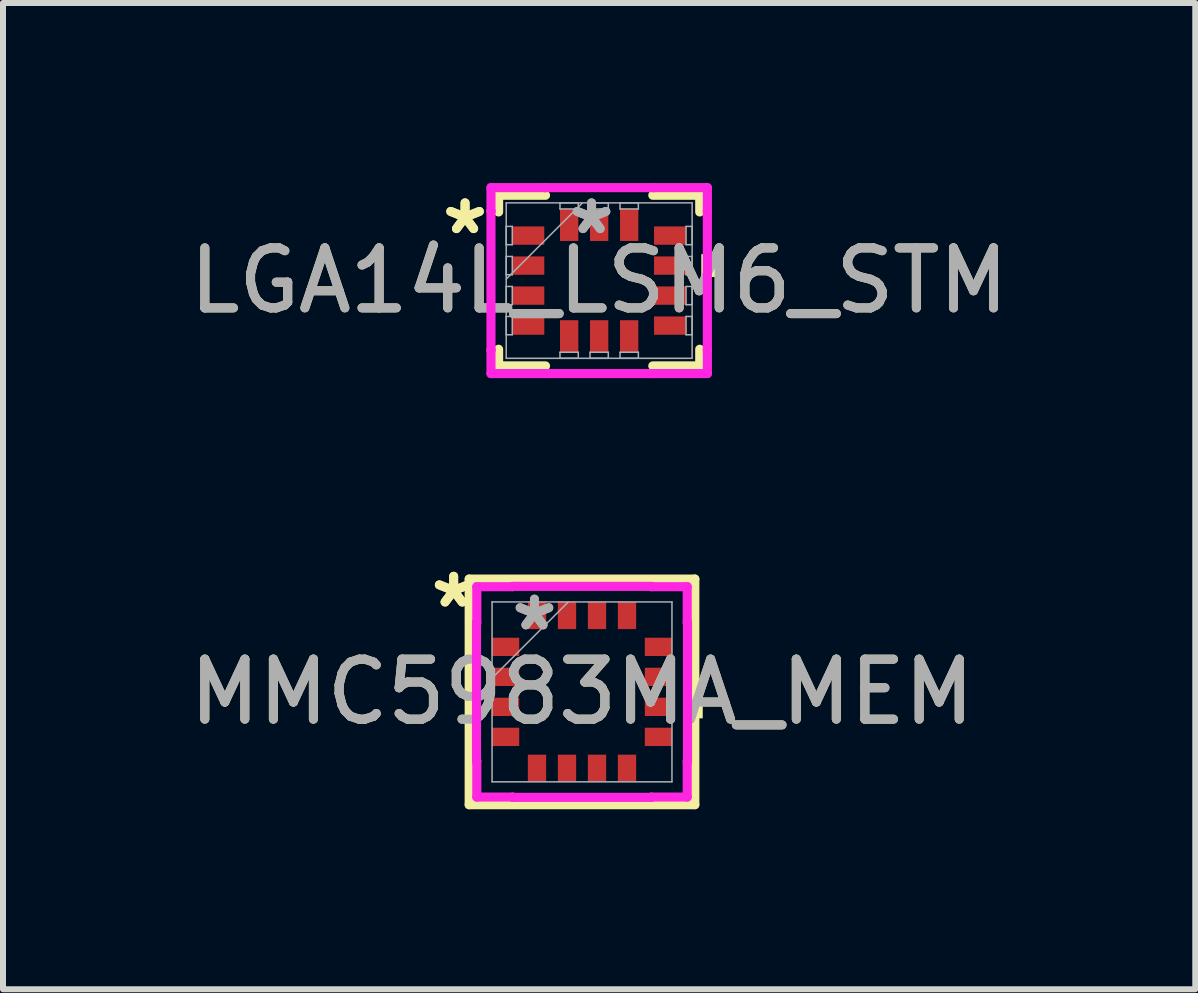
<source format=kicad_pcb>
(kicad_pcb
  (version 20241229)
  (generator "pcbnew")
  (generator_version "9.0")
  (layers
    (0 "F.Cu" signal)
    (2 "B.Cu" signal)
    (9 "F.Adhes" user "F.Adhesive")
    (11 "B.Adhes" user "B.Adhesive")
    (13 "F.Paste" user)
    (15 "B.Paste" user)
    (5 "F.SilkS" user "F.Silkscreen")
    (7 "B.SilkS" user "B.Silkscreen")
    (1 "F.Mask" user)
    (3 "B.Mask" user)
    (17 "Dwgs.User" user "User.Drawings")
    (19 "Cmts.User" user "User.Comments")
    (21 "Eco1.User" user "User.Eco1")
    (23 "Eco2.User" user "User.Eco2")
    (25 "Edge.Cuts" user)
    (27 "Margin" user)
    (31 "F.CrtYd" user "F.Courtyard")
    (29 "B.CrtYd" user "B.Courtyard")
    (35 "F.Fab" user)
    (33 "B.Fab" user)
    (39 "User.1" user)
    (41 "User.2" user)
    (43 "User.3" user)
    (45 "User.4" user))
  (footprint "LGA14L_LSM6_STM"
    (layer "F.Cu")
    (at 6.935 1.626)
    (property "Reference" "LGA14L_LSM6_STM" (at 0 0 0) (unlocked yes) (layer "F.SilkS") (effects (font (size 1 1) (thickness 0.15))))
    (attr smd)
    (fp_line (start -1.676 -1.422) (end -1.676 -1.144) (stroke (width 0.152) (type solid)) (layer "F.SilkS"))
    (fp_line (start -1.676 1.144) (end -1.676 1.422) (stroke (width 0.152) (type solid)) (layer "F.SilkS"))
    (fp_line (start -1.676 1.422) (end -0.894 1.422) (stroke (width 0.152) (type solid)) (layer "F.SilkS"))
    (fp_line (start -0.894 -1.422) (end -1.676 -1.422) (stroke (width 0.152) (type solid)) (layer "F.SilkS"))
    (fp_line (start 0.894 1.422) (end 1.676 1.422) (stroke (width 0.152) (type solid)) (layer "F.SilkS"))
    (fp_line (start 1.676 -1.422) (end 0.894 -1.422) (stroke (width 0.152) (type solid)) (layer "F.SilkS"))
    (fp_line (start 1.676 -1.144) (end 1.676 -1.422) (stroke (width 0.152) (type solid)) (layer "F.SilkS"))
    (fp_line (start 1.676 1.422) (end 1.676 1.144) (stroke (width 0.152) (type solid)) (layer "F.SilkS"))
    (fp_poly (pts (xy 1.956 -0.441) (xy 1.956 -0.06) (xy 1.702 -0.06) (xy 1.702 -0.441)) (stroke (width 0) (type solid)) (fill yes) (layer "F.SilkS"))
    (fp_line (start -1.803 -1.549) (end -0.907 -1.549) (stroke (width 0.152) (type solid)) (layer "F.CrtYd"))
    (fp_line (start -1.803 -1.157) (end -1.803 -1.549) (stroke (width 0.152) (type solid)) (layer "F.CrtYd"))
    (fp_line (start -1.803 -1.157) (end -1.803 -1.157) (stroke (width 0.152) (type solid)) (layer "F.CrtYd"))
    (fp_line (start -1.803 1.157) (end -1.803 -1.157) (stroke (width 0.152) (type solid)) (layer "F.CrtYd"))
    (fp_line (start -1.803 1.157) (end -1.803 1.157) (stroke (width 0.152) (type solid)) (layer "F.CrtYd"))
    (fp_line (start -1.803 1.549) (end -1.803 1.157) (stroke (width 0.152) (type solid)) (layer "F.CrtYd"))
    (fp_line (start -0.907 -1.549) (end -0.907 -1.549) (stroke (width 0.152) (type solid)) (layer "F.CrtYd"))
    (fp_line (start -0.907 -1.549) (end 0.907 -1.549) (stroke (width 0.152) (type solid)) (layer "F.CrtYd"))
    (fp_line (start -0.907 1.549) (end -1.803 1.549) (stroke (width 0.152) (type solid)) (layer "F.CrtYd"))
    (fp_line (start -0.907 1.549) (end -0.907 1.549) (stroke (width 0.152) (type solid)) (layer "F.CrtYd"))
    (fp_line (start 0.907 -1.549) (end 0.907 -1.549) (stroke (width 0.152) (type solid)) (layer "F.CrtYd"))
    (fp_line (start 0.907 -1.549) (end 1.803 -1.549) (stroke (width 0.152) (type solid)) (layer "F.CrtYd"))
    (fp_line (start 0.907 1.549) (end -0.907 1.549) (stroke (width 0.152) (type solid)) (layer "F.CrtYd"))
    (fp_line (start 0.907 1.549) (end 0.907 1.549) (stroke (width 0.152) (type solid)) (layer "F.CrtYd"))
    (fp_line (start 1.803 -1.549) (end 1.803 -1.157) (stroke (width 0.152) (type solid)) (layer "F.CrtYd"))
    (fp_line (start 1.803 -1.157) (end 1.803 -1.157) (stroke (width 0.152) (type solid)) (layer "F.CrtYd"))
    (fp_line (start 1.803 -1.157) (end 1.803 1.157) (stroke (width 0.152) (type solid)) (layer "F.CrtYd"))
    (fp_line (start 1.803 1.157) (end 1.803 1.157) (stroke (width 0.152) (type solid)) (layer "F.CrtYd"))
    (fp_line (start 1.803 1.157) (end 1.803 1.549) (stroke (width 0.152) (type solid)) (layer "F.CrtYd"))
    (fp_line (start 1.803 1.549) (end 0.907 1.549) (stroke (width 0.152) (type solid)) (layer "F.CrtYd"))
    (fp_line (start -1.549 -1.295) (end -1.549 1.295) (stroke (width 0.025) (type solid)) (layer "F.Fab"))
    (fp_line (start -1.549 -0.903) (end -1.448 -0.903) (stroke (width 0.025) (type solid)) (layer "F.Fab"))
    (fp_line (start -1.549 -0.598) (end -1.549 -0.903) (stroke (width 0.025) (type solid)) (layer "F.Fab"))
    (fp_line (start -1.549 -0.402) (end -1.448 -0.402) (stroke (width 0.025) (type solid)) (layer "F.Fab"))
    (fp_line (start -1.549 -0.098) (end -1.549 -0.402) (stroke (width 0.025) (type solid)) (layer "F.Fab"))
    (fp_line (start -1.549 -0.025) (end -0.279 -1.295) (stroke (width 0.025) (type solid)) (layer "F.Fab"))
    (fp_line (start -1.549 0.098) (end -1.448 0.098) (stroke (width 0.025) (type solid)) (layer "F.Fab"))
    (fp_line (start -1.549 0.402) (end -1.549 0.098) (stroke (width 0.025) (type solid)) (layer "F.Fab"))
    (fp_line (start -1.549 0.598) (end -1.448 0.598) (stroke (width 0.025) (type solid)) (layer "F.Fab"))
    (fp_line (start -1.549 0.903) (end -1.549 0.598) (stroke (width 0.025) (type solid)) (layer "F.Fab"))
    (fp_line (start -1.549 1.295) (end 1.549 1.295) (stroke (width 0.025) (type solid)) (layer "F.Fab"))
    (fp_line (start -1.448 -0.903) (end -1.448 -0.598) (stroke (width 0.025) (type solid)) (layer "F.Fab"))
    (fp_line (start -1.448 -0.598) (end -1.549 -0.598) (stroke (width 0.025) (type solid)) (layer "F.Fab"))
    (fp_line (start -1.448 -0.402) (end -1.448 -0.098) (stroke (width 0.025) (type solid)) (layer "F.Fab"))
    (fp_line (start -1.448 -0.098) (end -1.549 -0.098) (stroke (width 0.025) (type solid)) (layer "F.Fab"))
    (fp_line (start -1.448 0.098) (end -1.448 0.402) (stroke (width 0.025) (type solid)) (layer "F.Fab"))
    (fp_line (start -1.448 0.402) (end -1.549 0.402) (stroke (width 0.025) (type solid)) (layer "F.Fab"))
    (fp_line (start -1.448 0.598) (end -1.448 0.903) (stroke (width 0.025) (type solid)) (layer "F.Fab"))
    (fp_line (start -1.448 0.903) (end -1.549 0.903) (stroke (width 0.025) (type solid)) (layer "F.Fab"))
    (fp_line (start -0.653 -1.295) (end -0.348 -1.295) (stroke (width 0.025) (type solid)) (layer "F.Fab"))
    (fp_line (start -0.653 -1.194) (end -0.653 -1.295) (stroke (width 0.025) (type solid)) (layer "F.Fab"))
    (fp_line (start -0.653 1.194) (end -0.348 1.194) (stroke (width 0.025) (type solid)) (layer "F.Fab"))
    (fp_line (start -0.653 1.295) (end -0.653 1.194) (stroke (width 0.025) (type solid)) (layer "F.Fab"))
    (fp_line (start -0.348 -1.295) (end -0.348 -1.194) (stroke (width 0.025) (type solid)) (layer "F.Fab"))
    (fp_line (start -0.348 -1.194) (end -0.653 -1.194) (stroke (width 0.025) (type solid)) (layer "F.Fab"))
    (fp_line (start -0.348 1.194) (end -0.348 1.295) (stroke (width 0.025) (type solid)) (layer "F.Fab"))
    (fp_line (start -0.348 1.295) (end -0.653 1.295) (stroke (width 0.025) (type solid)) (layer "F.Fab"))
    (fp_line (start -0.152 -1.295) (end 0.152 -1.295) (stroke (width 0.025) (type solid)) (layer "F.Fab"))
    (fp_line (start -0.152 -1.194) (end -0.152 -1.295) (stroke (width 0.025) (type solid)) (layer "F.Fab"))
    (fp_line (start -0.152 1.194) (end 0.152 1.194) (stroke (width 0.025) (type solid)) (layer "F.Fab"))
    (fp_line (start -0.152 1.295) (end -0.152 1.194) (stroke (width 0.025) (type solid)) (layer "F.Fab"))
    (fp_line (start 0.152 -1.295) (end 0.152 -1.194) (stroke (width 0.025) (type solid)) (layer "F.Fab"))
    (fp_line (start 0.152 -1.194) (end -0.152 -1.194) (stroke (width 0.025) (type solid)) (layer "F.Fab"))
    (fp_line (start 0.152 1.194) (end 0.152 1.295) (stroke (width 0.025) (type solid)) (layer "F.Fab"))
    (fp_line (start 0.152 1.295) (end -0.152 1.295) (stroke (width 0.025) (type solid)) (layer "F.Fab"))
    (fp_line (start 0.348 -1.295) (end 0.653 -1.295) (stroke (width 0.025) (type solid)) (layer "F.Fab"))
    (fp_line (start 0.348 -1.194) (end 0.348 -1.295) (stroke (width 0.025) (type solid)) (layer "F.Fab"))
    (fp_line (start 0.348 1.194) (end 0.653 1.194) (stroke (width 0.025) (type solid)) (layer "F.Fab"))
    (fp_line (start 0.348 1.295) (end 0.348 1.194) (stroke (width 0.025) (type solid)) (layer "F.Fab"))
    (fp_line (start 0.653 -1.295) (end 0.653 -1.194) (stroke (width 0.025) (type solid)) (layer "F.Fab"))
    (fp_line (start 0.653 -1.194) (end 0.348 -1.194) (stroke (width 0.025) (type solid)) (layer "F.Fab"))
    (fp_line (start 0.653 1.194) (end 0.653 1.295) (stroke (width 0.025) (type solid)) (layer "F.Fab"))
    (fp_line (start 0.653 1.295) (end 0.348 1.295) (stroke (width 0.025) (type solid)) (layer "F.Fab"))
    (fp_line (start 1.448 -0.903) (end 1.549 -0.903) (stroke (width 0.025) (type solid)) (layer "F.Fab"))
    (fp_line (start 1.448 -0.598) (end 1.448 -0.903) (stroke (width 0.025) (type solid)) (layer "F.Fab"))
    (fp_line (start 1.448 -0.402) (end 1.549 -0.402) (stroke (width 0.025) (type solid)) (layer "F.Fab"))
    (fp_line (start 1.448 -0.098) (end 1.448 -0.402) (stroke (width 0.025) (type solid)) (layer "F.Fab"))
    (fp_line (start 1.448 0.098) (end 1.549 0.098) (stroke (width 0.025) (type solid)) (layer "F.Fab"))
    (fp_line (start 1.448 0.402) (end 1.448 0.098) (stroke (width 0.025) (type solid)) (layer "F.Fab"))
    (fp_line (start 1.448 0.598) (end 1.549 0.598) (stroke (width 0.025) (type solid)) (layer "F.Fab"))
    (fp_line (start 1.448 0.903) (end 1.448 0.598) (stroke (width 0.025) (type solid)) (layer "F.Fab"))
    (fp_line (start 1.549 -1.295) (end -1.549 -1.295) (stroke (width 0.025) (type solid)) (layer "F.Fab"))
    (fp_line (start 1.549 -0.903) (end 1.549 -0.598) (stroke (width 0.025) (type solid)) (layer "F.Fab"))
    (fp_line (start 1.549 -0.598) (end 1.448 -0.598) (stroke (width 0.025) (type solid)) (layer "F.Fab"))
    (fp_line (start 1.549 -0.402) (end 1.549 -0.098) (stroke (width 0.025) (type solid)) (layer "F.Fab"))
    (fp_line (start 1.549 -0.098) (end 1.448 -0.098) (stroke (width 0.025) (type solid)) (layer "F.Fab"))
    (fp_line (start 1.549 0.098) (end 1.549 0.402) (stroke (width 0.025) (type solid)) (layer "F.Fab"))
    (fp_line (start 1.549 0.402) (end 1.448 0.402) (stroke (width 0.025) (type solid)) (layer "F.Fab"))
    (fp_line (start 1.549 0.598) (end 1.549 0.903) (stroke (width 0.025) (type solid)) (layer "F.Fab"))
    (fp_line (start 1.549 0.903) (end 1.448 0.903) (stroke (width 0.025) (type solid)) (layer "F.Fab"))
    (fp_line (start 1.549 1.295) (end 1.549 -1.295) (stroke (width 0.025) (type solid)) (layer "F.Fab"))
    (fp_text user "*" (at -2.235 -0.75 0) (unlocked yes) (layer "F.SilkS") (effects (font (size 1 1) (thickness 0.15))))
    (fp_text user "*" (at -2.235 -0.75 0) (layer "F.SilkS") (effects (font (size 1 1) (thickness 0.15))))
    (fp_text user "*" (at -0.127 -0.75 0) (unlocked yes) (layer "F.Fab") (effects (font (size 1 1) (thickness 0.15))))
    (fp_text user "*" (at -0.127 -0.75 0) (layer "F.Fab") (effects (font (size 1 1) (thickness 0.15))))
    (fp_text user "${REFERENCE}" (at 0 0 0) (unlocked yes) (layer "F.Fab") (effects (font (size 1 1) (thickness 0.15))))
    (pad "1" smd rect (at -1.181 -0.75 90) (size 0.305 0.533) (layers "F.Cu" "F.Mask" "F.Paste"))
    (pad "2" smd rect (at -1.181 -0.25 90) (size 0.305 0.533) (layers "F.Cu" "F.Mask" "F.Paste"))
    (pad "3" smd rect (at -1.181 0.25 90) (size 0.305 0.533) (layers "F.Cu" "F.Mask" "F.Paste"))
    (pad "4" smd rect (at -1.181 0.75 90) (size 0.305 0.533) (layers "F.Cu" "F.Mask" "F.Paste"))
    (pad "5" smd rect (at -0.5 0.927) (size 0.305 0.533) (layers "F.Cu" "F.Mask" "F.Paste"))
    (pad "6" smd rect (at 0 0.927) (size 0.305 0.533) (layers "F.Cu" "F.Mask" "F.Paste"))
    (pad "7" smd rect (at 0.5 0.927) (size 0.305 0.533) (layers "F.Cu" "F.Mask" "F.Paste"))
    (pad "8" smd rect (at 1.181 0.75 90) (size 0.305 0.533) (layers "F.Cu" "F.Mask" "F.Paste"))
    (pad "9" smd rect (at 1.181 0.25 90) (size 0.305 0.533) (layers "F.Cu" "F.Mask" "F.Paste"))
    (pad "10" smd rect (at 1.181 -0.25 90) (size 0.305 0.533) (layers "F.Cu" "F.Mask" "F.Paste"))
    (pad "11" smd rect (at 1.181 -0.75 90) (size 0.305 0.533) (layers "F.Cu" "F.Mask" "F.Paste"))
    (pad "12" smd rect (at 0.5 -0.927) (size 0.305 0.533) (layers "F.Cu" "F.Mask" "F.Paste"))
    (pad "13" smd rect (at 0 -0.927) (size 0.305 0.533) (layers "F.Cu" "F.Mask" "F.Paste"))
    (pad "14" smd rect (at -0.5 -0.927) (size 0.305 0.533) (layers "F.Cu" "F.Mask" "F.Paste")))
  (footprint "MMC5983MA_MEM"
    (layer "F.Cu")
    (at 6.649 8.48)
    (property "Reference" "MMC5983MA_MEM" (at 0 0 0) (unlocked yes) (layer "F.SilkS") (effects (font (size 1 1) (thickness 0.15))))
    (attr smd)
    (fp_line (start -1.88 -1.88) (end -1.88 1.88) (stroke (width 0.152) (type solid)) (layer "F.SilkS"))
    (fp_line (start -1.88 1.88) (end 1.88 1.88) (stroke (width 0.152) (type solid)) (layer "F.SilkS"))
    (fp_line (start 1.88 -1.88) (end -1.88 -1.88) (stroke (width 0.152) (type solid)) (layer "F.SilkS"))
    (fp_line (start 1.88 1.88) (end 1.88 -1.88) (stroke (width 0.152) (type solid)) (layer "F.SilkS"))
    (fp_poly (pts (xy 2.012 0.059) (xy 2.012 0.441) (xy 1.758 0.441) (xy 1.758 0.059)) (stroke (width 0) (type solid)) (fill yes) (layer "F.SilkS"))
    (fp_line (start -1.758 -1.156) (end -1.753 -1.156) (stroke (width 0.152) (type solid)) (layer "F.CrtYd"))
    (fp_line (start -1.758 1.156) (end -1.758 -1.156) (stroke (width 0.152) (type solid)) (layer "F.CrtYd"))
    (fp_line (start -1.753 -1.753) (end -1.156 -1.753) (stroke (width 0.152) (type solid)) (layer "F.CrtYd"))
    (fp_line (start -1.753 -1.156) (end -1.753 -1.753) (stroke (width 0.152) (type solid)) (layer "F.CrtYd"))
    (fp_line (start -1.753 1.156) (end -1.758 1.156) (stroke (width 0.152) (type solid)) (layer "F.CrtYd"))
    (fp_line (start -1.753 1.753) (end -1.753 1.156) (stroke (width 0.152) (type solid)) (layer "F.CrtYd"))
    (fp_line (start -1.156 -1.758) (end 1.156 -1.758) (stroke (width 0.152) (type solid)) (layer "F.CrtYd"))
    (fp_line (start -1.156 -1.753) (end -1.156 -1.758) (stroke (width 0.152) (type solid)) (layer "F.CrtYd"))
    (fp_line (start -1.156 1.753) (end -1.753 1.753) (stroke (width 0.152) (type solid)) (layer "F.CrtYd"))
    (fp_line (start -1.156 1.758) (end -1.156 1.753) (stroke (width 0.152) (type solid)) (layer "F.CrtYd"))
    (fp_line (start 1.156 -1.758) (end 1.156 -1.753) (stroke (width 0.152) (type solid)) (layer "F.CrtYd"))
    (fp_line (start 1.156 -1.753) (end 1.753 -1.753) (stroke (width 0.152) (type solid)) (layer "F.CrtYd"))
    (fp_line (start 1.156 1.753) (end 1.156 1.758) (stroke (width 0.152) (type solid)) (layer "F.CrtYd"))
    (fp_line (start 1.156 1.758) (end -1.156 1.758) (stroke (width 0.152) (type solid)) (layer "F.CrtYd"))
    (fp_line (start 1.753 -1.753) (end 1.753 -1.156) (stroke (width 0.152) (type solid)) (layer "F.CrtYd"))
    (fp_line (start 1.753 -1.156) (end 1.758 -1.156) (stroke (width 0.152) (type solid)) (layer "F.CrtYd"))
    (fp_line (start 1.753 1.156) (end 1.753 1.753) (stroke (width 0.152) (type solid)) (layer "F.CrtYd"))
    (fp_line (start 1.753 1.753) (end 1.156 1.753) (stroke (width 0.152) (type solid)) (layer "F.CrtYd"))
    (fp_line (start 1.758 -1.156) (end 1.758 1.156) (stroke (width 0.152) (type solid)) (layer "F.CrtYd"))
    (fp_line (start 1.758 1.156) (end 1.753 1.156) (stroke (width 0.152) (type solid)) (layer "F.CrtYd"))
    (fp_line (start -1.499 -1.499) (end -1.499 1.499) (stroke (width 0.025) (type solid)) (layer "F.Fab"))
    (fp_line (start -1.499 -0.229) (end -0.229 -1.499) (stroke (width 0.025) (type solid)) (layer "F.Fab"))
    (fp_line (start -1.499 1.499) (end 1.499 1.499) (stroke (width 0.025) (type solid)) (layer "F.Fab"))
    (fp_line (start 1.499 -1.499) (end -1.499 -1.499) (stroke (width 0.025) (type solid)) (layer "F.Fab"))
    (fp_line (start 1.499 1.499) (end 1.499 -1.499) (stroke (width 0.025) (type solid)) (layer "F.Fab"))
    (fp_text user "*" (at -2.139 -1.381 0) (layer "F.SilkS") (effects (font (size 1 1) (thickness 0.15))))
    (fp_text user "*" (at -2.139 -1.381 0) (unlocked yes) (layer "F.SilkS") (effects (font (size 1 1) (thickness 0.15))))
    (fp_text user "${REFERENCE}" (at 0 0 0) (unlocked yes) (layer "F.Fab") (effects (font (size 1 1) (thickness 0.15))))
    (fp_text user "*" (at -0.792 -1 0) (layer "F.Fab") (effects (font (size 1 1) (thickness 0.15))))
    (fp_text user "*" (at -0.792 -1 0) (unlocked yes) (layer "F.Fab") (effects (font (size 1 1) (thickness 0.15))))
    (pad "1" smd rect (at -1.275 -0.75 90) (size 0.305 0.457) (layers "F.Cu" "F.Mask" "F.Paste"))
    (pad "2" smd rect (at -1.275 -0.25 90) (size 0.305 0.457) (layers "F.Cu" "F.Mask" "F.Paste"))
    (pad "3" smd rect (at -1.275 0.25 90) (size 0.305 0.457) (layers "F.Cu" "F.Mask" "F.Paste"))
    (pad "4" smd rect (at -1.275 0.75 90) (size 0.305 0.457) (layers "F.Cu" "F.Mask" "F.Paste"))
    (pad "5" smd rect (at -0.75 1.275) (size 0.305 0.457) (layers "F.Cu" "F.Mask" "F.Paste"))
    (pad "6" smd rect (at -0.25 1.275) (size 0.305 0.457) (layers "F.Cu" "F.Mask" "F.Paste"))
    (pad "7" smd rect (at 0.25 1.275) (size 0.305 0.457) (layers "F.Cu" "F.Mask" "F.Paste"))
    (pad "8" smd rect (at 0.75 1.275) (size 0.305 0.457) (layers "F.Cu" "F.Mask" "F.Paste"))
    (pad "9" smd rect (at 1.275 0.75 90) (size 0.305 0.457) (layers "F.Cu" "F.Mask" "F.Paste"))
    (pad "10" smd rect (at 1.275 0.25 90) (size 0.305 0.457) (layers "F.Cu" "F.Mask" "F.Paste"))
    (pad "11" smd rect (at 1.275 -0.25 90) (size 0.305 0.457) (layers "F.Cu" "F.Mask" "F.Paste"))
    (pad "12" smd rect (at 1.275 -0.75 90) (size 0.305 0.457) (layers "F.Cu" "F.Mask" "F.Paste"))
    (pad "13" smd rect (at 0.75 -1.275) (size 0.305 0.457) (layers "F.Cu" "F.Mask" "F.Paste"))
    (pad "14" smd rect (at 0.25 -1.275) (size 0.305 0.457) (layers "F.Cu" "F.Mask" "F.Paste"))
    (pad "15" smd rect (at -0.25 -1.275) (size 0.305 0.457) (layers "F.Cu" "F.Mask" "F.Paste"))
    (pad "16" smd rect (at -0.75 -1.275) (size 0.305 0.457) (layers "F.Cu" "F.Mask" "F.Paste")))
  (gr_rect
    (start -3 -3)
    (end 16.869 13.436)
    (stroke (width 0.1) (type default))
    (fill no)
    (layer "Edge.Cuts")))
</source>
